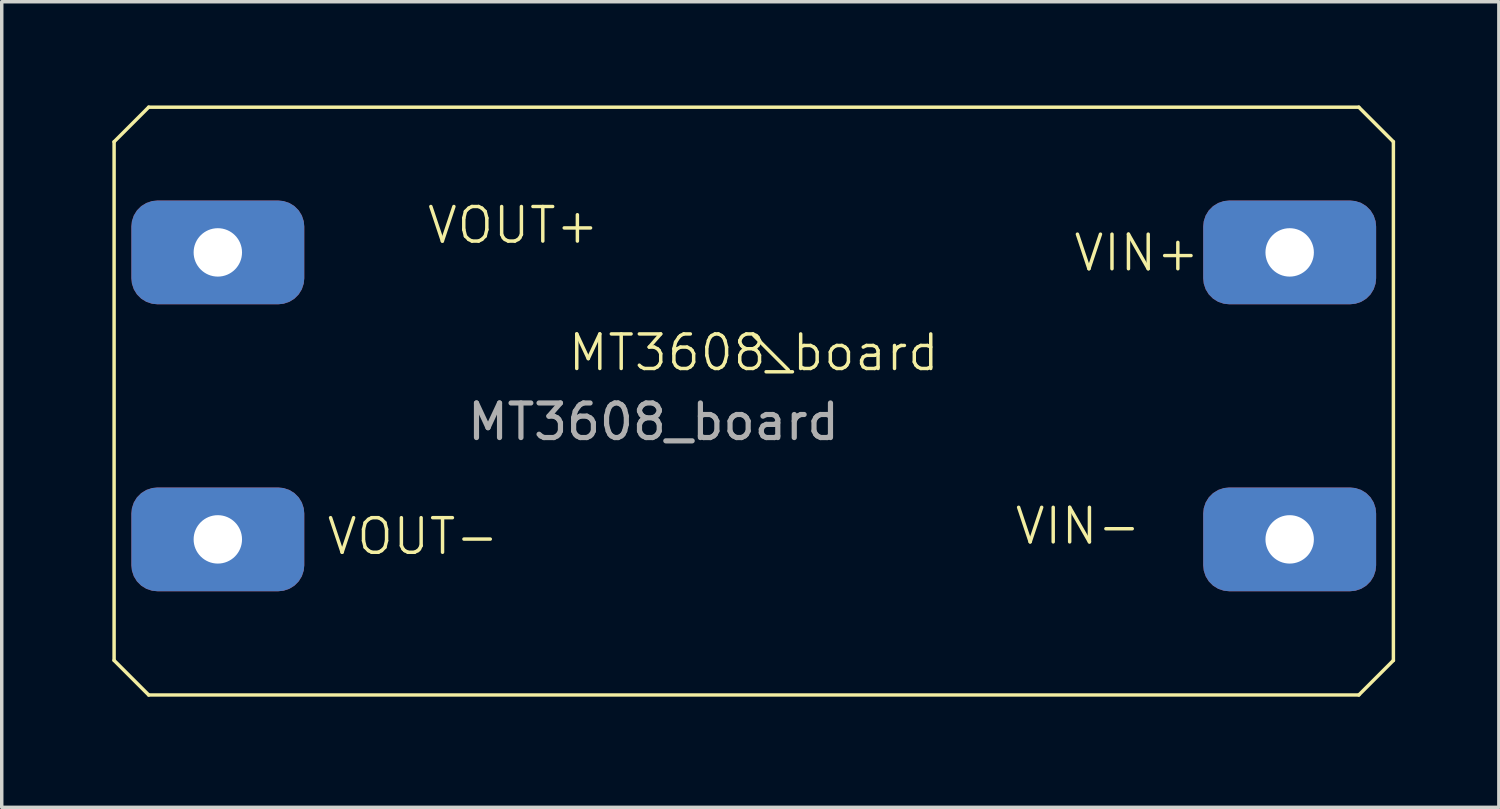
<source format=kicad_pcb>
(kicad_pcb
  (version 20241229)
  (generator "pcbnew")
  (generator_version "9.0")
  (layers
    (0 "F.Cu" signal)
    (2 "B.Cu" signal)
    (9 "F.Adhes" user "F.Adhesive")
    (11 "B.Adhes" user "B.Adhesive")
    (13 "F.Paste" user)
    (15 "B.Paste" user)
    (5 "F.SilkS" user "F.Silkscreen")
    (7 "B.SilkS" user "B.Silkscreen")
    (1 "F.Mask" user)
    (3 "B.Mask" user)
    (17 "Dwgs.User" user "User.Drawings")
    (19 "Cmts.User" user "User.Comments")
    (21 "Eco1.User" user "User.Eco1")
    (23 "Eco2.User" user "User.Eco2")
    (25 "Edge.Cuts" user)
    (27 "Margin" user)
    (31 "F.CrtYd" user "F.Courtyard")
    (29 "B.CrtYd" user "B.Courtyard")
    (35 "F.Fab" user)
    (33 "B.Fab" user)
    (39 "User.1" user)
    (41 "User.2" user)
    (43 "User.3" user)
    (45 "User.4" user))
  (footprint "MT3608_board"
    (layer "F.Cu")
    (at 0.25 17.05)
    (property "Reference" "MT3608_board" (at 18.5 -9.9 0) (unlocked yes) (layer "F.SilkS") (effects (font (size 1 1) (thickness 0.1))))
    (attr smd)
    (fp_line (start 0 -16) (end 0 -1) (stroke (width 0.1) (type default)) (layer "F.SilkS"))
    (fp_line (start 0 -16) (end 1 -17) (stroke (width 0.1) (type default)) (layer "F.SilkS"))
    (fp_line (start 0 -1) (end 1 0) (stroke (width 0.1) (type default)) (layer "F.SilkS"))
    (fp_line (start 1 -17) (end 36 -17) (stroke (width 0.1) (type default)) (layer "F.SilkS"))
    (fp_line (start 18.5 -10.4) (end 19.5 -9.4) (stroke (width 0.1) (type default)) (layer "F.SilkS"))
    (fp_line (start 36 -17) (end 37 -16) (stroke (width 0.1) (type default)) (layer "F.SilkS"))
    (fp_line (start 36 0) (end 1 0) (stroke (width 0.1) (type default)) (layer "F.SilkS"))
    (fp_line (start 36 0) (end 37 -1) (stroke (width 0.1) (type default)) (layer "F.SilkS"))
    (fp_line (start 37 -16) (end 37 -1) (stroke (width 0.1) (type default)) (layer "F.SilkS"))
    (fp_text user "VIN+" (at 27.7 -12.2 0) (unlocked yes) (layer "F.SilkS") (effects (font (size 1 1) (thickness 0.1)) (justify left bottom)))
    (fp_text user "VOUT-" (at 6.1 -4 0) (unlocked yes) (layer "F.SilkS") (effects (font (size 1 1) (thickness 0.1)) (justify left bottom)))
    (fp_text user "VOUT+" (at 9 -13 0) (unlocked yes) (layer "F.SilkS") (effects (font (size 1 1) (thickness 0.1)) (justify left bottom)))
    (fp_text user "VIN-" (at 26 -4.3 0) (unlocked yes) (layer "F.SilkS") (effects (font (size 1 1) (thickness 0.1)) (justify left bottom)))
    (fp_text user "${REFERENCE}" (at 15.6 -7.9 0) (unlocked yes) (layer "F.Fab") (effects (font (size 1 1) (thickness 0.15))))
    (pad "1" thru_hole roundrect (at 34 -12.8) (size 5 3) (drill 1.4) (layers "*.Cu" "*.Mask") (roundrect_rratio 0.25))
    (pad "2" thru_hole roundrect (at 34 -4.5) (size 5 3) (drill 1.4) (layers "*.Cu" "*.Mask") (roundrect_rratio 0.25))
    (pad "3" thru_hole roundrect (at 3 -12.8) (size 5 3) (drill 1.4) (layers "*.Cu" "*.Mask") (roundrect_rratio 0.25))
    (pad "4" thru_hole roundrect (at 3 -4.5) (size 5 3) (drill 1.4) (layers "*.Cu" "*.Mask") (roundrect_rratio 0.25)))
  (gr_rect
    (start -3 -3)
    (end 40.3 20.3)
    (stroke (width 0.1) (type default))
    (fill no)
    (layer "Edge.Cuts")))
</source>
